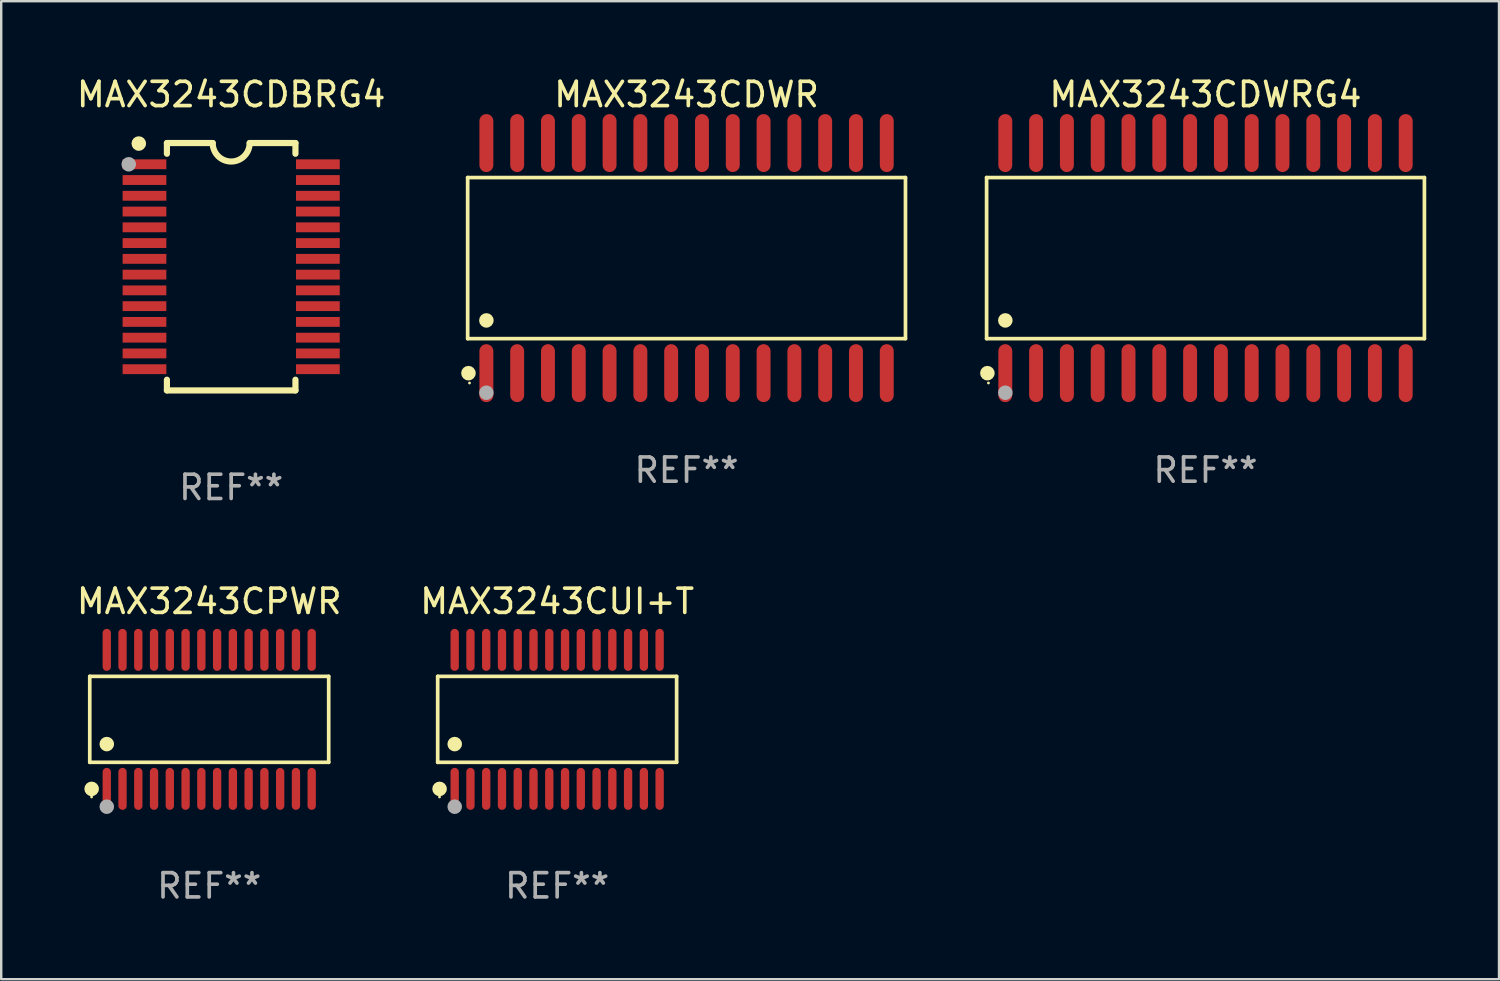
<source format=kicad_pcb>
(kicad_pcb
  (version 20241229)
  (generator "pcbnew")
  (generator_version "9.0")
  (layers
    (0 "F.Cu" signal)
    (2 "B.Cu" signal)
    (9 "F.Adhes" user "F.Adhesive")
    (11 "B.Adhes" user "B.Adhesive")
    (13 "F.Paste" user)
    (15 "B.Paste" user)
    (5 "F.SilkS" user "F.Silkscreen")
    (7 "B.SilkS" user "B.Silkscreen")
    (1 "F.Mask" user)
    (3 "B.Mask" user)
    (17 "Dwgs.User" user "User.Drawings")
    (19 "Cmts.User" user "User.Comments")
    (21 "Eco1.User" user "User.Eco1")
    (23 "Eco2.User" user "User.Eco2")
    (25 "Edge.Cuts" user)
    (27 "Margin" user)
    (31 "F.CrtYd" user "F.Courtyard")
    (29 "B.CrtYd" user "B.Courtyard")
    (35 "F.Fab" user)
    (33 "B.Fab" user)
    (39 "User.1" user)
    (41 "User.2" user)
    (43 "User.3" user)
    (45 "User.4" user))
  (footprint "MAX3243CDWR"
    (layer "F.Cu")
    (at 25.259 7.592)
    (property "Reference" "MAX3243CDWR" (at 0 -6.744 0) (layer "F.SilkS") (effects (font (size 1 1) (thickness 0.15))))
    (attr through_hole)
    (fp_line (start -9.026 -3.321) (end 9.026 -3.321) (stroke (width 0.152) (type solid)) (layer "F.SilkS"))
    (fp_line (start -9.026 3.321) (end -9.026 -3.321) (stroke (width 0.152) (type solid)) (layer "F.SilkS"))
    (fp_line (start 9.026 -3.321) (end 9.026 3.321) (stroke (width 0.152) (type solid)) (layer "F.SilkS"))
    (fp_line (start 9.026 3.321) (end -9.026 3.321) (stroke (width 0.152) (type solid)) (layer "F.SilkS"))
    (fp_circle (center -8.994 4.744) (end -8.844 4.744) (stroke (width 0.3) (type solid)) (fill no) (layer "F.SilkS"))
    (fp_circle (center -8.95 5.15) (end -8.92 5.15) (stroke (width 0.06) (type solid)) (fill no) (layer "F.SilkS"))
    (fp_circle (center -8.255 2.569) (end -8.105 2.569) (stroke (width 0.3) (type solid)) (fill no) (layer "F.SilkS"))
    (fp_circle (center -8.255 5.55) (end -8.105 5.55) (stroke (width 0.3) (type solid)) (fill no) (layer "F.Fab"))
    (fp_text user "REF**" (at 0 8.744 0) (layer "F.Fab") (effects (font (size 1 1) (thickness 0.15))))
    (pad "1" smd oval (at -8.255 4.744) (size 0.574 2.388) (layers "F.Cu" "F.Mask" "F.Paste"))
    (pad "2" smd oval (at -6.985 4.744) (size 0.574 2.388) (layers "F.Cu" "F.Mask" "F.Paste"))
    (pad "3" smd oval (at -5.715 4.744) (size 0.574 2.388) (layers "F.Cu" "F.Mask" "F.Paste"))
    (pad "4" smd oval (at -4.445 4.744) (size 0.574 2.388) (layers "F.Cu" "F.Mask" "F.Paste"))
    (pad "5" smd oval (at -3.175 4.744) (size 0.574 2.388) (layers "F.Cu" "F.Mask" "F.Paste"))
    (pad "6" smd oval (at -1.905 4.744) (size 0.574 2.388) (layers "F.Cu" "F.Mask" "F.Paste"))
    (pad "7" smd oval (at -0.635 4.744) (size 0.574 2.388) (layers "F.Cu" "F.Mask" "F.Paste"))
    (pad "8" smd oval (at 0.635 4.744) (size 0.574 2.388) (layers "F.Cu" "F.Mask" "F.Paste"))
    (pad "9" smd oval (at 1.905 4.744) (size 0.574 2.388) (layers "F.Cu" "F.Mask" "F.Paste"))
    (pad "10" smd oval (at 3.175 4.744) (size 0.574 2.388) (layers "F.Cu" "F.Mask" "F.Paste"))
    (pad "11" smd oval (at 4.445 4.744) (size 0.574 2.388) (layers "F.Cu" "F.Mask" "F.Paste"))
    (pad "12" smd oval (at 5.715 4.744) (size 0.574 2.388) (layers "F.Cu" "F.Mask" "F.Paste"))
    (pad "13" smd oval (at 6.985 4.744) (size 0.574 2.388) (layers "F.Cu" "F.Mask" "F.Paste"))
    (pad "14" smd oval (at 8.255 4.744) (size 0.574 2.388) (layers "F.Cu" "F.Mask" "F.Paste"))
    (pad "15" smd oval (at 8.255 -4.744) (size 0.574 2.388) (layers "F.Cu" "F.Mask" "F.Paste"))
    (pad "16" smd oval (at 6.985 -4.744) (size 0.574 2.388) (layers "F.Cu" "F.Mask" "F.Paste"))
    (pad "17" smd oval (at 5.715 -4.744) (size 0.574 2.388) (layers "F.Cu" "F.Mask" "F.Paste"))
    (pad "18" smd oval (at 4.445 -4.744) (size 0.574 2.388) (layers "F.Cu" "F.Mask" "F.Paste"))
    (pad "19" smd oval (at 3.175 -4.744) (size 0.574 2.388) (layers "F.Cu" "F.Mask" "F.Paste"))
    (pad "20" smd oval (at 1.905 -4.744) (size 0.574 2.388) (layers "F.Cu" "F.Mask" "F.Paste"))
    (pad "21" smd oval (at 0.635 -4.744) (size 0.574 2.388) (layers "F.Cu" "F.Mask" "F.Paste"))
    (pad "22" smd oval (at -0.635 -4.744) (size 0.574 2.388) (layers "F.Cu" "F.Mask" "F.Paste"))
    (pad "23" smd oval (at -1.905 -4.744) (size 0.574 2.388) (layers "F.Cu" "F.Mask" "F.Paste"))
    (pad "24" smd oval (at -3.175 -4.744) (size 0.574 2.388) (layers "F.Cu" "F.Mask" "F.Paste"))
    (pad "25" smd oval (at -4.445 -4.744) (size 0.574 2.388) (layers "F.Cu" "F.Mask" "F.Paste"))
    (pad "26" smd oval (at -5.715 -4.744) (size 0.574 2.388) (layers "F.Cu" "F.Mask" "F.Paste"))
    (pad "27" smd oval (at -6.985 -4.744) (size 0.574 2.388) (layers "F.Cu" "F.Mask" "F.Paste"))
    (pad "28" smd oval (at -8.255 -4.744) (size 0.574 2.388) (layers "F.Cu" "F.Mask" "F.Paste")))
  (footprint "MAX3243CDWRG4"
    (layer "F.Cu")
    (at 46.656 7.592)
    (property "Reference" "MAX3243CDWRG4" (at 0 -6.744 0) (layer "F.SilkS") (effects (font (size 1 1) (thickness 0.15))))
    (attr through_hole)
    (fp_line (start -9.026 -3.321) (end 9.026 -3.321) (stroke (width 0.152) (type solid)) (layer "F.SilkS"))
    (fp_line (start -9.026 3.321) (end -9.026 -3.321) (stroke (width 0.152) (type solid)) (layer "F.SilkS"))
    (fp_line (start 9.026 -3.321) (end 9.026 3.321) (stroke (width 0.152) (type solid)) (layer "F.SilkS"))
    (fp_line (start 9.026 3.321) (end -9.026 3.321) (stroke (width 0.152) (type solid)) (layer "F.SilkS"))
    (fp_circle (center -8.994 4.744) (end -8.844 4.744) (stroke (width 0.3) (type solid)) (fill no) (layer "F.SilkS"))
    (fp_circle (center -8.95 5.15) (end -8.92 5.15) (stroke (width 0.06) (type solid)) (fill no) (layer "F.SilkS"))
    (fp_circle (center -8.255 2.569) (end -8.105 2.569) (stroke (width 0.3) (type solid)) (fill no) (layer "F.SilkS"))
    (fp_circle (center -8.255 5.55) (end -8.105 5.55) (stroke (width 0.3) (type solid)) (fill no) (layer "F.Fab"))
    (fp_text user "REF**" (at 0 8.744 0) (layer "F.Fab") (effects (font (size 1 1) (thickness 0.15))))
    (pad "1" smd oval (at -8.255 4.744) (size 0.574 2.388) (layers "F.Cu" "F.Mask" "F.Paste"))
    (pad "2" smd oval (at -6.985 4.744) (size 0.574 2.388) (layers "F.Cu" "F.Mask" "F.Paste"))
    (pad "3" smd oval (at -5.715 4.744) (size 0.574 2.388) (layers "F.Cu" "F.Mask" "F.Paste"))
    (pad "4" smd oval (at -4.445 4.744) (size 0.574 2.388) (layers "F.Cu" "F.Mask" "F.Paste"))
    (pad "5" smd oval (at -3.175 4.744) (size 0.574 2.388) (layers "F.Cu" "F.Mask" "F.Paste"))
    (pad "6" smd oval (at -1.905 4.744) (size 0.574 2.388) (layers "F.Cu" "F.Mask" "F.Paste"))
    (pad "7" smd oval (at -0.635 4.744) (size 0.574 2.388) (layers "F.Cu" "F.Mask" "F.Paste"))
    (pad "8" smd oval (at 0.635 4.744) (size 0.574 2.388) (layers "F.Cu" "F.Mask" "F.Paste"))
    (pad "9" smd oval (at 1.905 4.744) (size 0.574 2.388) (layers "F.Cu" "F.Mask" "F.Paste"))
    (pad "10" smd oval (at 3.175 4.744) (size 0.574 2.388) (layers "F.Cu" "F.Mask" "F.Paste"))
    (pad "11" smd oval (at 4.445 4.744) (size 0.574 2.388) (layers "F.Cu" "F.Mask" "F.Paste"))
    (pad "12" smd oval (at 5.715 4.744) (size 0.574 2.388) (layers "F.Cu" "F.Mask" "F.Paste"))
    (pad "13" smd oval (at 6.985 4.744) (size 0.574 2.388) (layers "F.Cu" "F.Mask" "F.Paste"))
    (pad "14" smd oval (at 8.255 4.744) (size 0.574 2.388) (layers "F.Cu" "F.Mask" "F.Paste"))
    (pad "15" smd oval (at 8.255 -4.744) (size 0.574 2.388) (layers "F.Cu" "F.Mask" "F.Paste"))
    (pad "16" smd oval (at 6.985 -4.744) (size 0.574 2.388) (layers "F.Cu" "F.Mask" "F.Paste"))
    (pad "17" smd oval (at 5.715 -4.744) (size 0.574 2.388) (layers "F.Cu" "F.Mask" "F.Paste"))
    (pad "18" smd oval (at 4.445 -4.744) (size 0.574 2.388) (layers "F.Cu" "F.Mask" "F.Paste"))
    (pad "19" smd oval (at 3.175 -4.744) (size 0.574 2.388) (layers "F.Cu" "F.Mask" "F.Paste"))
    (pad "20" smd oval (at 1.905 -4.744) (size 0.574 2.388) (layers "F.Cu" "F.Mask" "F.Paste"))
    (pad "21" smd oval (at 0.635 -4.744) (size 0.574 2.388) (layers "F.Cu" "F.Mask" "F.Paste"))
    (pad "22" smd oval (at -0.635 -4.744) (size 0.574 2.388) (layers "F.Cu" "F.Mask" "F.Paste"))
    (pad "23" smd oval (at -1.905 -4.744) (size 0.574 2.388) (layers "F.Cu" "F.Mask" "F.Paste"))
    (pad "24" smd oval (at -3.175 -4.744) (size 0.574 2.388) (layers "F.Cu" "F.Mask" "F.Paste"))
    (pad "25" smd oval (at -4.445 -4.744) (size 0.574 2.388) (layers "F.Cu" "F.Mask" "F.Paste"))
    (pad "26" smd oval (at -5.715 -4.744) (size 0.574 2.388) (layers "F.Cu" "F.Mask" "F.Paste"))
    (pad "27" smd oval (at -6.985 -4.744) (size 0.574 2.388) (layers "F.Cu" "F.Mask" "F.Paste"))
    (pad "28" smd oval (at -8.255 -4.744) (size 0.574 2.388) (layers "F.Cu" "F.Mask" "F.Paste")))
  (footprint "MAX3243CPWR"
    (layer "F.Cu")
    (at 5.577 26.611)
    (property "Reference" "MAX3243CPWR" (at 0 -4.866 0) (layer "F.SilkS") (effects (font (size 1 1) (thickness 0.15))))
    (attr through_hole)
    (fp_line (start -4.926 -1.772) (end 4.926 -1.772) (stroke (width 0.152) (type solid)) (layer "F.SilkS"))
    (fp_line (start -4.926 1.771) (end -4.926 -1.772) (stroke (width 0.152) (type solid)) (layer "F.SilkS"))
    (fp_line (start 4.926 -1.772) (end 4.926 1.771) (stroke (width 0.152) (type solid)) (layer "F.SilkS"))
    (fp_line (start 4.926 1.771) (end -4.926 1.771) (stroke (width 0.152) (type solid)) (layer "F.SilkS"))
    (fp_circle (center -4.85 3.2) (end -4.82 3.2) (stroke (width 0.06) (type solid)) (fill no) (layer "F.SilkS"))
    (fp_circle (center -4.849 2.866) (end -4.699 2.866) (stroke (width 0.3) (type solid)) (fill no) (layer "F.SilkS"))
    (fp_circle (center -4.225 1.019) (end -4.075 1.019) (stroke (width 0.3) (type solid)) (fill no) (layer "F.SilkS"))
    (fp_circle (center -4.225 3.6) (end -4.075 3.6) (stroke (width 0.3) (type solid)) (fill no) (layer "F.Fab"))
    (fp_text user "REF**" (at 0 6.866 0) (layer "F.Fab") (effects (font (size 1 1) (thickness 0.15))))
    (pad "1" smd oval (at -4.225 2.866) (size 0.343 1.731) (layers "F.Cu" "F.Mask" "F.Paste"))
    (pad "2" smd oval (at -3.575 2.866) (size 0.343 1.731) (layers "F.Cu" "F.Mask" "F.Paste"))
    (pad "3" smd oval (at -2.925 2.866) (size 0.343 1.731) (layers "F.Cu" "F.Mask" "F.Paste"))
    (pad "4" smd oval (at -2.275 2.866) (size 0.343 1.731) (layers "F.Cu" "F.Mask" "F.Paste"))
    (pad "5" smd oval (at -1.625 2.866) (size 0.343 1.731) (layers "F.Cu" "F.Mask" "F.Paste"))
    (pad "6" smd oval (at -0.975 2.866) (size 0.343 1.731) (layers "F.Cu" "F.Mask" "F.Paste"))
    (pad "7" smd oval (at -0.325 2.866) (size 0.343 1.731) (layers "F.Cu" "F.Mask" "F.Paste"))
    (pad "8" smd oval (at 0.325 2.866) (size 0.343 1.731) (layers "F.Cu" "F.Mask" "F.Paste"))
    (pad "9" smd oval (at 0.975 2.866) (size 0.343 1.731) (layers "F.Cu" "F.Mask" "F.Paste"))
    (pad "10" smd oval (at 1.625 2.866) (size 0.343 1.731) (layers "F.Cu" "F.Mask" "F.Paste"))
    (pad "11" smd oval (at 2.275 2.866) (size 0.343 1.731) (layers "F.Cu" "F.Mask" "F.Paste"))
    (pad "12" smd oval (at 2.925 2.866) (size 0.343 1.731) (layers "F.Cu" "F.Mask" "F.Paste"))
    (pad "13" smd oval (at 3.575 2.866) (size 0.343 1.731) (layers "F.Cu" "F.Mask" "F.Paste"))
    (pad "14" smd oval (at 4.225 2.866) (size 0.343 1.731) (layers "F.Cu" "F.Mask" "F.Paste"))
    (pad "15" smd oval (at 4.225 -2.866) (size 0.343 1.731) (layers "F.Cu" "F.Mask" "F.Paste"))
    (pad "16" smd oval (at 3.575 -2.866) (size 0.343 1.731) (layers "F.Cu" "F.Mask" "F.Paste"))
    (pad "17" smd oval (at 2.925 -2.866) (size 0.343 1.731) (layers "F.Cu" "F.Mask" "F.Paste"))
    (pad "18" smd oval (at 2.275 -2.866) (size 0.343 1.731) (layers "F.Cu" "F.Mask" "F.Paste"))
    (pad "19" smd oval (at 1.625 -2.866) (size 0.343 1.731) (layers "F.Cu" "F.Mask" "F.Paste"))
    (pad "20" smd oval (at 0.975 -2.866) (size 0.343 1.731) (layers "F.Cu" "F.Mask" "F.Paste"))
    (pad "21" smd oval (at 0.325 -2.866) (size 0.343 1.731) (layers "F.Cu" "F.Mask" "F.Paste"))
    (pad "22" smd oval (at -0.325 -2.866) (size 0.343 1.731) (layers "F.Cu" "F.Mask" "F.Paste"))
    (pad "23" smd oval (at -0.975 -2.866) (size 0.343 1.731) (layers "F.Cu" "F.Mask" "F.Paste"))
    (pad "24" smd oval (at -1.625 -2.866) (size 0.343 1.731) (layers "F.Cu" "F.Mask" "F.Paste"))
    (pad "25" smd oval (at -2.275 -2.866) (size 0.343 1.731) (layers "F.Cu" "F.Mask" "F.Paste"))
    (pad "26" smd oval (at -2.925 -2.866) (size 0.343 1.731) (layers "F.Cu" "F.Mask" "F.Paste"))
    (pad "27" smd oval (at -3.575 -2.866) (size 0.343 1.731) (layers "F.Cu" "F.Mask" "F.Paste"))
    (pad "28" smd oval (at -4.225 -2.866) (size 0.343 1.731) (layers "F.Cu" "F.Mask" "F.Paste")))
  (footprint "MAX3243CDBRG4"
    (layer "F.Cu")
    (at 6.482 7.948)
    (property "Reference" "MAX3243CDBRG4" (at 0 -7.1 0) (layer "F.SilkS") (effects (font (size 1 1) (thickness 0.15))))
    (attr through_hole)
    (fp_line (start -2.65 -5.1) (end -0.762 -5.1) (stroke (width 0.254) (type solid)) (layer "F.SilkS"))
    (fp_line (start -2.65 -4.658) (end -2.65 -5.1) (stroke (width 0.254) (type solid)) (layer "F.SilkS"))
    (fp_line (start -2.65 5.1) (end -2.65 4.658) (stroke (width 0.254) (type solid)) (layer "F.SilkS"))
    (fp_line (start -2.65 5.1) (end 2.65 5.1) (stroke (width 0.254) (type solid)) (layer "F.SilkS"))
    (fp_line (start 2.65 -5.1) (end 0.762 -5.1) (stroke (width 0.254) (type solid)) (layer "F.SilkS"))
    (fp_line (start 2.65 -5.1) (end 2.65 -4.658) (stroke (width 0.254) (type solid)) (layer "F.SilkS"))
    (fp_line (start 2.65 4.658) (end 2.65 5.1) (stroke (width 0.254) (type solid)) (layer "F.SilkS"))
    (fp_arc (start 0.761925 -5.1) (mid -0.000241 -4.338329) (end -0.762077 -5.10033) (stroke (width 0.254001) (type solid)) (layer "F.SilkS"))
    (fp_circle (center -3.858 -5.07) (end -3.828 -5.07) (stroke (width 0.06) (type solid)) (fill no) (layer "F.SilkS"))
    (fp_circle (center -3.81 -5.08) (end -3.66 -5.08) (stroke (width 0.3) (type solid)) (fill no) (layer "F.SilkS"))
    (fp_circle (center -4.225 -4.225) (end -4.075 -4.225) (stroke (width 0.3) (type solid)) (fill no) (layer "F.Fab"))
    (fp_text user "REF**" (at 0 9.1 0) (layer "F.Fab") (effects (font (size 1 1) (thickness 0.15))))
    (pad "1" smd rect (at -3.575 -4.225) (size 1.803 0.406) (layers "F.Cu" "F.Mask" "F.Paste"))
    (pad "2" smd rect (at -3.575 -3.575) (size 1.803 0.406) (layers "F.Cu" "F.Mask" "F.Paste"))
    (pad "3" smd rect (at -3.575 -2.925) (size 1.803 0.406) (layers "F.Cu" "F.Mask" "F.Paste"))
    (pad "4" smd rect (at -3.575 -2.275) (size 1.803 0.406) (layers "F.Cu" "F.Mask" "F.Paste"))
    (pad "5" smd rect (at -3.575 -1.625) (size 1.803 0.406) (layers "F.Cu" "F.Mask" "F.Paste"))
    (pad "6" smd rect (at -3.575 -0.975) (size 1.803 0.406) (layers "F.Cu" "F.Mask" "F.Paste"))
    (pad "7" smd rect (at -3.575 -0.325) (size 1.803 0.406) (layers "F.Cu" "F.Mask" "F.Paste"))
    (pad "8" smd rect (at -3.575 0.325) (size 1.803 0.406) (layers "F.Cu" "F.Mask" "F.Paste"))
    (pad "9" smd rect (at -3.575 0.975) (size 1.803 0.406) (layers "F.Cu" "F.Mask" "F.Paste"))
    (pad "10" smd rect (at -3.575 1.625) (size 1.803 0.406) (layers "F.Cu" "F.Mask" "F.Paste"))
    (pad "11" smd rect (at -3.575 2.275) (size 1.803 0.406) (layers "F.Cu" "F.Mask" "F.Paste"))
    (pad "12" smd rect (at -3.575 2.925) (size 1.803 0.406) (layers "F.Cu" "F.Mask" "F.Paste"))
    (pad "13" smd rect (at -3.575 3.575) (size 1.803 0.406) (layers "F.Cu" "F.Mask" "F.Paste"))
    (pad "14" smd rect (at -3.575 4.225) (size 1.803 0.406) (layers "F.Cu" "F.Mask" "F.Paste"))
    (pad "15" smd rect (at 3.575 4.225) (size 1.803 0.406) (layers "F.Cu" "F.Mask" "F.Paste"))
    (pad "16" smd rect (at 3.575 3.575) (size 1.803 0.406) (layers "F.Cu" "F.Mask" "F.Paste"))
    (pad "17" smd rect (at 3.575 2.925) (size 1.803 0.406) (layers "F.Cu" "F.Mask" "F.Paste"))
    (pad "18" smd rect (at 3.575 2.275) (size 1.803 0.406) (layers "F.Cu" "F.Mask" "F.Paste"))
    (pad "19" smd rect (at 3.575 1.625) (size 1.803 0.406) (layers "F.Cu" "F.Mask" "F.Paste"))
    (pad "20" smd rect (at 3.575 0.975) (size 1.803 0.406) (layers "F.Cu" "F.Mask" "F.Paste"))
    (pad "21" smd rect (at 3.575 0.325) (size 1.803 0.406) (layers "F.Cu" "F.Mask" "F.Paste"))
    (pad "22" smd rect (at 3.575 -0.325) (size 1.803 0.406) (layers "F.Cu" "F.Mask" "F.Paste"))
    (pad "23" smd rect (at 3.575 -0.975) (size 1.803 0.406) (layers "F.Cu" "F.Mask" "F.Paste"))
    (pad "24" smd rect (at 3.575 -1.625) (size 1.803 0.406) (layers "F.Cu" "F.Mask" "F.Paste"))
    (pad "25" smd rect (at 3.575 -2.275) (size 1.803 0.406) (layers "F.Cu" "F.Mask" "F.Paste"))
    (pad "26" smd rect (at 3.575 -2.925) (size 1.803 0.406) (layers "F.Cu" "F.Mask" "F.Paste"))
    (pad "27" smd rect (at 3.575 -3.575) (size 1.803 0.406) (layers "F.Cu" "F.Mask" "F.Paste"))
    (pad "28" smd rect (at 3.575 -4.225) (size 1.803 0.406) (layers "F.Cu" "F.Mask" "F.Paste")))
  (footprint "MAX3243CUI+T"
    (layer "F.Cu")
    (at 19.923 26.611)
    (property "Reference" "MAX3243CUI+T" (at 0 -4.866 0) (layer "F.SilkS") (effects (font (size 1 1) (thickness 0.15))))
    (attr through_hole)
    (fp_line (start -4.926 -1.772) (end 4.926 -1.772) (stroke (width 0.152) (type solid)) (layer "F.SilkS"))
    (fp_line (start -4.926 1.771) (end -4.926 -1.772) (stroke (width 0.152) (type solid)) (layer "F.SilkS"))
    (fp_line (start 4.926 -1.772) (end 4.926 1.771) (stroke (width 0.152) (type solid)) (layer "F.SilkS"))
    (fp_line (start 4.926 1.771) (end -4.926 1.771) (stroke (width 0.152) (type solid)) (layer "F.SilkS"))
    (fp_circle (center -4.85 3.2) (end -4.82 3.2) (stroke (width 0.06) (type solid)) (fill no) (layer "F.SilkS"))
    (fp_circle (center -4.849 2.866) (end -4.699 2.866) (stroke (width 0.3) (type solid)) (fill no) (layer "F.SilkS"))
    (fp_circle (center -4.225 1.019) (end -4.075 1.019) (stroke (width 0.3) (type solid)) (fill no) (layer "F.SilkS"))
    (fp_circle (center -4.225 3.6) (end -4.075 3.6) (stroke (width 0.3) (type solid)) (fill no) (layer "F.Fab"))
    (fp_text user "REF**" (at 0 6.866 0) (layer "F.Fab") (effects (font (size 1 1) (thickness 0.15))))
    (pad "1" smd oval (at -4.225 2.866) (size 0.343 1.731) (layers "F.Cu" "F.Mask" "F.Paste"))
    (pad "2" smd oval (at -3.575 2.866) (size 0.343 1.731) (layers "F.Cu" "F.Mask" "F.Paste"))
    (pad "3" smd oval (at -2.925 2.866) (size 0.343 1.731) (layers "F.Cu" "F.Mask" "F.Paste"))
    (pad "4" smd oval (at -2.275 2.866) (size 0.343 1.731) (layers "F.Cu" "F.Mask" "F.Paste"))
    (pad "5" smd oval (at -1.625 2.866) (size 0.343 1.731) (layers "F.Cu" "F.Mask" "F.Paste"))
    (pad "6" smd oval (at -0.975 2.866) (size 0.343 1.731) (layers "F.Cu" "F.Mask" "F.Paste"))
    (pad "7" smd oval (at -0.325 2.866) (size 0.343 1.731) (layers "F.Cu" "F.Mask" "F.Paste"))
    (pad "8" smd oval (at 0.325 2.866) (size 0.343 1.731) (layers "F.Cu" "F.Mask" "F.Paste"))
    (pad "9" smd oval (at 0.975 2.866) (size 0.343 1.731) (layers "F.Cu" "F.Mask" "F.Paste"))
    (pad "10" smd oval (at 1.625 2.866) (size 0.343 1.731) (layers "F.Cu" "F.Mask" "F.Paste"))
    (pad "11" smd oval (at 2.275 2.866) (size 0.343 1.731) (layers "F.Cu" "F.Mask" "F.Paste"))
    (pad "12" smd oval (at 2.925 2.866) (size 0.343 1.731) (layers "F.Cu" "F.Mask" "F.Paste"))
    (pad "13" smd oval (at 3.575 2.866) (size 0.343 1.731) (layers "F.Cu" "F.Mask" "F.Paste"))
    (pad "14" smd oval (at 4.225 2.866) (size 0.343 1.731) (layers "F.Cu" "F.Mask" "F.Paste"))
    (pad "15" smd oval (at 4.225 -2.866) (size 0.343 1.731) (layers "F.Cu" "F.Mask" "F.Paste"))
    (pad "16" smd oval (at 3.575 -2.866) (size 0.343 1.731) (layers "F.Cu" "F.Mask" "F.Paste"))
    (pad "17" smd oval (at 2.925 -2.866) (size 0.343 1.731) (layers "F.Cu" "F.Mask" "F.Paste"))
    (pad "18" smd oval (at 2.275 -2.866) (size 0.343 1.731) (layers "F.Cu" "F.Mask" "F.Paste"))
    (pad "19" smd oval (at 1.625 -2.866) (size 0.343 1.731) (layers "F.Cu" "F.Mask" "F.Paste"))
    (pad "20" smd oval (at 0.975 -2.866) (size 0.343 1.731) (layers "F.Cu" "F.Mask" "F.Paste"))
    (pad "21" smd oval (at 0.325 -2.866) (size 0.343 1.731) (layers "F.Cu" "F.Mask" "F.Paste"))
    (pad "22" smd oval (at -0.325 -2.866) (size 0.343 1.731) (layers "F.Cu" "F.Mask" "F.Paste"))
    (pad "23" smd oval (at -0.975 -2.866) (size 0.343 1.731) (layers "F.Cu" "F.Mask" "F.Paste"))
    (pad "24" smd oval (at -1.625 -2.866) (size 0.343 1.731) (layers "F.Cu" "F.Mask" "F.Paste"))
    (pad "25" smd oval (at -2.275 -2.866) (size 0.343 1.731) (layers "F.Cu" "F.Mask" "F.Paste"))
    (pad "26" smd oval (at -2.925 -2.866) (size 0.343 1.731) (layers "F.Cu" "F.Mask" "F.Paste"))
    (pad "27" smd oval (at -3.575 -2.866) (size 0.343 1.731) (layers "F.Cu" "F.Mask" "F.Paste"))
    (pad "28" smd oval (at -4.225 -2.866) (size 0.343 1.731) (layers "F.Cu" "F.Mask" "F.Paste")))
  (gr_rect
    (start -3 -3)
    (end 58.758 37.325)
    (stroke (width 0.1) (type default))
    (fill no)
    (layer "Edge.Cuts")))
</source>
